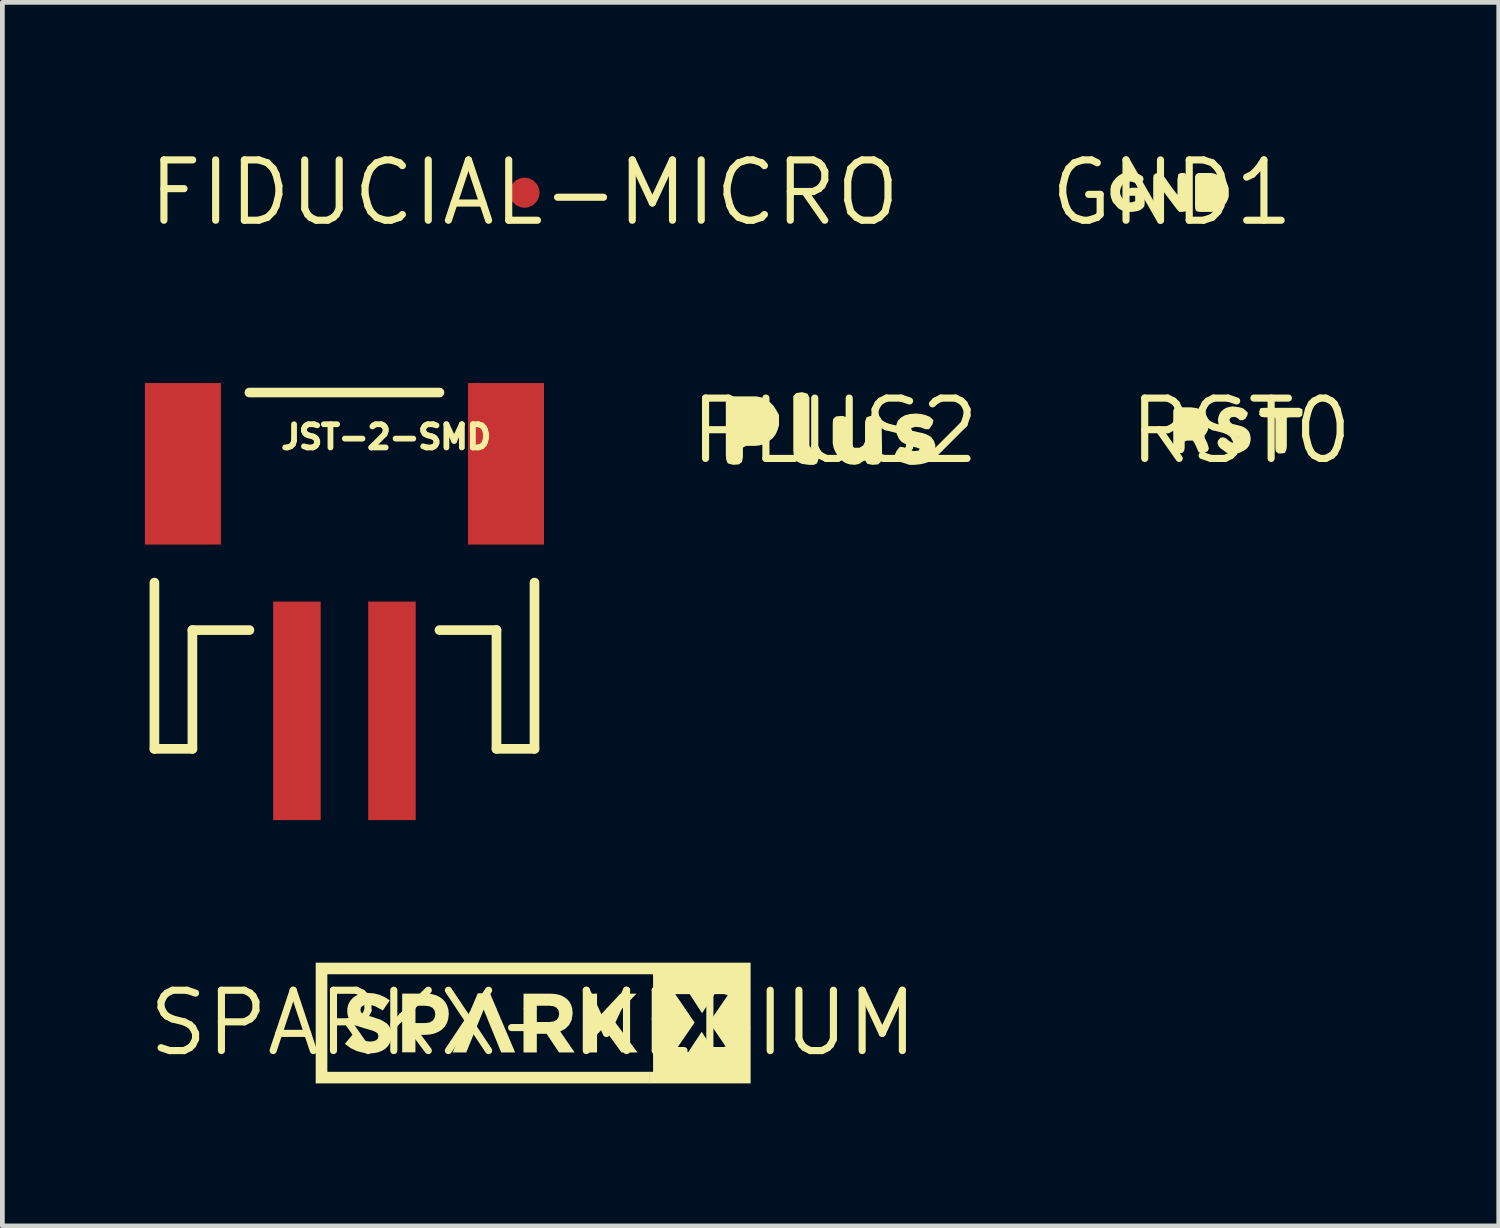
<source format=kicad_pcb>
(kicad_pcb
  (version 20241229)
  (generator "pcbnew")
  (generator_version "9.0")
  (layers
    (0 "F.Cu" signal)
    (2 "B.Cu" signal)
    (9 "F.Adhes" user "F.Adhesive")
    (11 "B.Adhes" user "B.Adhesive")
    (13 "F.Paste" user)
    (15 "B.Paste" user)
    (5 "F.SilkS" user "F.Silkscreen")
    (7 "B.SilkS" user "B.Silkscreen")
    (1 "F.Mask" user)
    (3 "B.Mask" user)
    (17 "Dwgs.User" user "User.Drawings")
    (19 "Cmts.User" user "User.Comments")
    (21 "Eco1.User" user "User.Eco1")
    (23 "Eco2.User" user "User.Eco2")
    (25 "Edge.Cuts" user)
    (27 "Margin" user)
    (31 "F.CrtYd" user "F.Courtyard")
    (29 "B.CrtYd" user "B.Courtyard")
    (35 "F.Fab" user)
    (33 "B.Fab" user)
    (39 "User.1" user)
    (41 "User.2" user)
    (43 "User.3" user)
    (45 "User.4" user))
  (footprint "SPARKX-MEDIUM"
    (layer "F.Cu")
    (at 8.172 18.483)
    (property "Reference" "SPARKX-MEDIUM" (at 0 0 0) (layer "F.SilkS") (effects (font (size 1.27 1.27) (thickness 0.15))))
    (fp_poly (pts (xy -3.164 -0.264) (xy -3.239 -0.306) (xy -3.136 -0.306)) (stroke (width 0) (type solid)) (fill yes) (layer "F.SilkS"))
    (fp_poly (pts (xy -0.768 -0.296) (xy -1.306 -0.296) (xy -1.165 -0.627) (xy -0.909 -0.627)) (stroke (width 0) (type solid)) (fill yes) (layer "F.SilkS"))
    (fp_poly (pts (xy 1.345 -0.296) (xy 1.065 -0.296) (xy 1.065 -0.618) (xy 1.345 -0.618)) (stroke (width 0) (type solid)) (fill yes) (layer "F.SilkS"))
    (fp_poly (pts (xy 1.865 -0.296) (xy 1.536 -0.296) (xy 1.835 -0.618) (xy 2.174 -0.618)) (stroke (width 0) (type solid)) (fill yes) (layer "F.SilkS"))
    (fp_poly (pts (xy -0.379 0.619) (xy -0.673 0.619) (xy -1.041 -0.284) (xy -1.408 0.619) (xy -1.695 0.619) (xy -1.301 -0.306) (xy -0.773 -0.306)) (stroke (width 0) (type solid)) (fill yes) (layer "F.SilkS"))
    (fp_poly (pts (xy 1.345 -0.09) (xy 1.545 -0.306) (xy 1.875 -0.306) (xy 1.67 -0.092) (xy 2.195 0.619) (xy 1.859 0.619) (xy 1.481 0.099) (xy 1.345 0.241) (xy 1.345 0.619) (xy 1.065 0.619) (xy 1.065 -0.306) (xy 1.345 -0.306)) (stroke (width 0) (type solid)) (fill yes) (layer "F.SilkS"))
    (fp_poly (pts (xy 2.973 0.609) (xy 3.267 0.609) (xy 3.547 0.184) (xy 3.825 0.609) (xy 4.13 0.609) (xy 3.796 0.118) (xy 4.577 0.118) (xy 4.577 1.271) (xy 2.442 1.271) (xy 2.442 1.026) (xy 2.524 1.026) (xy 2.524 0.118) (xy 3.31 0.118)) (stroke (width 0) (type solid)) (fill yes) (layer "F.SilkS"))
    (fp_poly (pts (xy -2.145 -0.611) (xy -2.052 -0.588) (xy -1.971 -0.55) (xy -1.903 -0.5) (xy -1.849 -0.438) (xy -1.809 -0.364) (xy -1.789 -0.296) (xy -2.1 -0.296) (xy -2.116 -0.318) (xy -2.184 -0.353) (xy -2.274 -0.364) (xy -2.477 -0.364) (xy -2.477 -0.296) (xy -2.757 -0.296) (xy -2.757 -0.619) (xy -2.251 -0.619)) (stroke (width 0) (type solid)) (fill yes) (layer "F.SilkS"))
    (fp_poly (pts (xy 0.467 -0.611) (xy 0.559 -0.591) (xy 0.639 -0.557) (xy 0.707 -0.509) (xy 0.762 -0.45) (xy 0.8 -0.379) (xy 0.824 -0.296) (xy 0.513 -0.296) (xy 0.493 -0.322) (xy 0.428 -0.354) (xy 0.34 -0.364) (xy 0.077 -0.364) (xy 0.077 -0.296) (xy -0.203 -0.296) (xy -0.203 -0.618) (xy 0.363 -0.618)) (stroke (width 0) (type solid)) (fill yes) (layer "F.SilkS"))
    (fp_poly (pts (xy 4.577 0.128) (xy 3.802 0.128) (xy 3.705 -0.014) (xy 4.112 -0.608) (xy 3.818 -0.608) (xy 3.555 -0.206) (xy 3.295 -0.608) (xy 2.991 -0.608) (xy 3.398 -0.01) (xy 3.303 0.128) (xy 2.524 0.128) (xy 2.524 -1.026) (xy -4.332 -1.026) (xy -4.332 1.026) (xy 2.452 1.026) (xy 2.452 1.271) (xy -4.577 1.271) (xy -4.577 -1.271) (xy 4.577 -1.271)) (stroke (width 0) (type solid)) (fill yes) (layer "F.SilkS"))
    (fp_poly (pts (xy -3.351 -0.624) (xy -3.232 -0.594) (xy -3.123 -0.545) (xy -3.019 -0.475) (xy -3.142 -0.296) (xy -3.221 -0.296) (xy -3.329 -0.355) (xy -3.406 -0.378) (xy -3.484 -0.386) (xy -3.551 -0.378) (xy -3.599 -0.356) (xy -3.627 -0.324) (xy -3.633 -0.296) (xy -3.91 -0.296) (xy -3.905 -0.341) (xy -3.882 -0.414) (xy -3.843 -0.477) (xy -3.793 -0.531) (xy -3.73 -0.575) (xy -3.656 -0.607) (xy -3.572 -0.627) (xy -3.481 -0.634)) (stroke (width 0) (type solid)) (fill yes) (layer "F.SilkS"))
    (fp_poly (pts (xy 0.077 -0.022) (xy 0.345 -0.022) (xy 0.433 -0.034) (xy 0.496 -0.069) (xy 0.534 -0.123) (xy 0.547 -0.192) (xy 0.547 -0.193) (xy 0.534 -0.269) (xy 0.505 -0.306) (xy 0.821 -0.306) (xy 0.823 -0.299) (xy 0.831 -0.208) (xy 0.831 -0.204) (xy 0.812 -0.067) (xy 0.757 0.041) (xy 0.672 0.123) (xy 0.57 0.177) (xy 0.872 0.619) (xy 0.544 0.619) (xy 0.282 0.226) (xy 0.077 0.226) (xy 0.077 0.619) (xy -0.203 0.619) (xy -0.203 -0.306) (xy 0.077 -0.306)) (stroke (width 0) (type solid)) (fill yes) (layer "F.SilkS"))
    (fp_poly (pts (xy -2.477 0.000487) (xy -2.268 0.000487) (xy -2.179 -0.012) (xy -2.114 -0.051) (xy -2.073 -0.11) (xy -2.06 -0.181) (xy -2.06 -0.183) (xy -2.074 -0.262) (xy -2.107 -0.306) (xy -1.792 -0.306) (xy -1.784 -0.281) (xy -1.776 -0.19) (xy -1.776 -0.164) (xy -1.779 -0.17) (xy -1.787 -0.086) (xy -1.816 0.002) (xy -1.862 0.077) (xy -1.923 0.139) (xy -1.997 0.187) (xy -2.082 0.222) (xy -2.177 0.242) (xy -2.278 0.249) (xy -2.478 0.249) (xy -2.478 0.617) (xy -2.757 0.617) (xy -2.757 -0.306) (xy -2.477 -0.306)) (stroke (width 0) (type solid)) (fill yes) (layer "F.SilkS"))
    (fp_poly (pts (xy -3.636 -0.284) (xy -3.636 -0.281) (xy -3.626 -0.231) (xy -3.586 -0.194) (xy -3.506 -0.161) (xy -3.375 -0.125) (xy -3.208 -0.069) (xy -3.085 0.004) (xy -3.04 0.052) (xy -3.007 0.107) (xy -2.988 0.171) (xy -2.981 0.247) (xy -2.981 0.254) (xy -2.99 0.341) (xy -3.015 0.418) (xy -3.055 0.484) (xy -3.109 0.539) (xy -3.175 0.581) (xy -3.252 0.613) (xy -3.339 0.632) (xy -3.435 0.639) (xy -3.575 0.626) (xy -3.712 0.59) (xy -3.842 0.528) (xy -3.963 0.438) (xy -3.797 0.239) (xy -3.709 0.303) (xy -3.622 0.35) (xy -3.53 0.38) (xy -3.43 0.39) (xy -3.356 0.382) (xy -3.302 0.36) (xy -3.269 0.325) (xy -3.258 0.278) (xy -3.258 0.276) (xy -3.267 0.231) (xy -3.302 0.195) (xy -3.377 0.161) (xy -3.502 0.125) (xy -3.671 0.073) (xy -3.801 0.003) (xy -3.848 -0.044) (xy -3.883 -0.101) (xy -3.906 -0.172) (xy -3.913 -0.256) (xy -3.913 -0.26) (xy -3.909 -0.306) (xy -3.631 -0.306)) (stroke (width 0) (type solid)) (fill yes) (layer "F.SilkS")))
  (footprint "JST-2-SMD"
    (layer "F.Cu")
    (at 4.2 8.212)
    (property "Reference" "JST-2-SMD" (at -1.397 -1.778 0) (layer "F.SilkS") (effects (font (size 0.488 0.488) (thickness 0.122)) (justify left bottom)))
    (fp_line (start -4 1) (end -4 4.5) (stroke (width 0.203) (type solid)) (layer "F.SilkS"))
    (fp_line (start -4 4.5) (end -3.2 4.5) (stroke (width 0.203) (type solid)) (layer "F.SilkS"))
    (fp_line (start -3.2 2) (end -2 2) (stroke (width 0.203) (type solid)) (layer "F.SilkS"))
    (fp_line (start -3.2 4.5) (end -3.2 2) (stroke (width 0.203) (type solid)) (layer "F.SilkS"))
    (fp_line (start 2 -3) (end -2 -3) (stroke (width 0.203) (type solid)) (layer "F.SilkS"))
    (fp_line (start 2 2) (end 3.2 2) (stroke (width 0.203) (type solid)) (layer "F.SilkS"))
    (fp_line (start 3.2 2) (end 3.2 4.5) (stroke (width 0.203) (type solid)) (layer "F.SilkS"))
    (fp_line (start 3.2 4.5) (end 4 4.5) (stroke (width 0.203) (type solid)) (layer "F.SilkS"))
    (fp_line (start 4 4.5) (end 4 1) (stroke (width 0.203) (type solid)) (layer "F.SilkS"))
    (pad "1" smd rect (at -1 3.7) (size 1 4.6) (layers "F.Cu" "F.Mask" "F.Paste"))
    (pad "2" smd rect (at 1 3.7) (size 1 4.6) (layers "F.Cu" "F.Mask" "F.Paste"))
    (pad "NC1" smd rect (at -3.4 -1.5 90) (size 3.4 1.6) (layers "F.Cu" "F.Mask" "F.Paste"))
    (pad "NC2" smd rect (at 3.4 -1.5 90) (size 3.4 1.6) (layers "F.Cu" "F.Mask" "F.Paste")))
  (footprint "PLUS2"
    (layer "F.Cu")
    (at 14.522 6.019)
    (property "Reference" "PLUS2" (at 0 0 0) (layer "F.SilkS") (effects (font (size 1.27 1.27) (thickness 0.15))))
    (fp_poly (pts (xy -0.577 -0.784) (xy -0.535 -0.701) (xy -0.535 0.318) (xy -0.487 0.375) (xy -0.387 0.396) (xy -0.345 0.469) (xy -0.345 0.601) (xy -0.376 0.684) (xy -0.439 0.715) (xy -0.55 0.715) (xy -0.691 0.695) (xy -0.783 0.654) (xy -0.834 0.582) (xy -0.865 0.511) (xy -0.875 0.4) (xy -0.875 -0.732) (xy -0.812 -0.795) (xy -0.69 -0.815)) (stroke (width 0) (type solid)) (fill yes) (layer "F.SilkS"))
    (fp_poly (pts (xy -1.548 -0.705) (xy -1.458 -0.664) (xy -1.367 -0.604) (xy -1.296 -0.533) (xy -1.236 -0.443) (xy -1.186 -0.352) (xy -1.175 -0.331) (xy -1.175 -0.119) (xy -1.205 -0.018) (xy -1.246 0.073) (xy -1.306 0.154) (xy -1.387 0.214) (xy -1.473 0.272) (xy -1.473 0.273) (xy -1.478 0.275) (xy -1.482 0.277) (xy -1.483 0.276) (xy -1.579 0.305) (xy -1.67 0.315) (xy -1.869 0.315) (xy -1.935 0.353) (xy -1.935 0.55) (xy -1.955 0.653) (xy -2.018 0.705) (xy -2.14 0.715) (xy -2.254 0.684) (xy -2.285 0.611) (xy -2.295 0.51) (xy -2.295 -0.611) (xy -2.254 -0.694) (xy -2.161 -0.725) (xy -1.65 -0.725)) (stroke (width 0) (type solid)) (fill yes) (layer "F.SilkS"))
    (fp_poly (pts (xy 0.264 -0.284) (xy 0.295 -0.211) (xy 0.295 -0.1) (xy 0.305 0.209) (xy 0.334 0.307) (xy 0.411 0.355) (xy 0.519 0.355) (xy 0.596 0.307) (xy 0.635 0.229) (xy 0.635 -0.191) (xy 0.666 -0.284) (xy 0.749 -0.315) (xy 0.891 -0.315) (xy 0.964 -0.273) (xy 0.985 -0.181) (xy 0.995 0.54) (xy 0.975 0.642) (xy 0.912 0.705) (xy 0.79 0.715) (xy 0.687 0.695) (xy 0.638 0.626) (xy 0.602 0.635) (xy 0.512 0.695) (xy 0.42 0.715) (xy 0.309 0.705) (xy 0.218 0.674) (xy 0.137 0.614) (xy 0.066 0.533) (xy 0.016 0.452) (xy -0.025 0.362) (xy -0.045 0.26) (xy -0.045 -0.16) (xy -0.035 -0.253) (xy 0.028 -0.305) (xy 0.161 -0.315)) (stroke (width 0) (type solid)) (fill yes) (layer "F.SilkS"))
    (fp_poly (pts (xy 1.811 -0.355) (xy 1.901 -0.335) (xy 2.003 -0.294) (xy 2.076 -0.222) (xy 2.055 -0.138) (xy 1.983 -0.035) (xy 1.909 -0.035) (xy 1.799 -0.075) (xy 1.691 -0.085) (xy 1.606 -0.057) (xy 1.624 -0.004) (xy 1.741 0.025) (xy 1.841 0.045) (xy 1.932 0.075) (xy 2.023 0.126) (xy 2.084 0.208) (xy 2.115 0.299) (xy 2.115 0.41) (xy 2.095 0.512) (xy 2.044 0.593) (xy 1.973 0.654) (xy 1.881 0.685) (xy 1.781 0.705) (xy 1.67 0.715) (xy 1.569 0.715) (xy 1.479 0.685) (xy 1.378 0.655) (xy 1.286 0.603) (xy 1.255 0.52) (xy 1.296 0.427) (xy 1.368 0.335) (xy 1.451 0.345) (xy 1.562 0.395) (xy 1.651 0.425) (xy 1.767 0.415) (xy 1.783 0.373) (xy 1.699 0.345) (xy 1.589 0.325) (xy 1.498 0.284) (xy 1.407 0.234) (xy 1.346 0.163) (xy 1.305 0.072) (xy 1.285 -0.03) (xy 1.295 -0.131) (xy 1.326 -0.213) (xy 1.387 -0.274) (xy 1.468 -0.325) (xy 1.579 -0.355) (xy 1.71 -0.365)) (stroke (width 0) (type solid)) (fill yes) (layer "F.SilkS")))
  (footprint "GND1"
    (layer "F.Cu")
    (at 21.618 1.006)
    (property "Reference" "GND1" (at 0 0 0) (layer "F.SilkS") (effects (font (size 1.27 1.27) (thickness 0.15))))
    (fp_poly (pts (xy -0.217 -0.394) (xy -0.176 -0.353) (xy -0.006 -0.113) (xy 0.115 0.045) (xy 0.115 -0.28) (xy 0.125 -0.341) (xy 0.136 -0.394) (xy 0.189 -0.415) (xy 0.262 -0.415) (xy 0.304 -0.383) (xy 0.325 -0.331) (xy 0.325 0.3) (xy 0.315 0.362) (xy 0.282 0.395) (xy 0.21 0.405) (xy 0.158 0.405) (xy 0.106 0.353) (xy -0.195 -0.045) (xy -0.195 0.341) (xy -0.216 0.384) (xy -0.269 0.405) (xy -0.342 0.405) (xy -0.385 0.373) (xy -0.395 0.32) (xy -0.395 -0.32) (xy -0.385 -0.373) (xy -0.342 -0.405) (xy -0.28 -0.415)) (stroke (width 0) (type solid)) (fill yes) (layer "F.SilkS"))
    (fp_poly (pts (xy 0.881 -0.405) (xy 0.932 -0.385) (xy 0.982 -0.364) (xy 1.033 -0.334) (xy 1.083 -0.294) (xy 1.124 -0.253) (xy 1.154 -0.202) (xy 1.175 -0.152) (xy 1.195 -0.091) (xy 1.195 0.081) (xy 1.175 0.142) (xy 1.154 0.192) (xy 1.124 0.233) (xy 1.084 0.283) (xy 1.043 0.324) (xy 0.993 0.354) (xy 0.946 0.382) (xy 0.947 0.384) (xy 0.942 0.385) (xy 0.938 0.387) (xy 0.937 0.386) (xy 0.881 0.395) (xy 0.83 0.405) (xy 0.6 0.405) (xy 0.528 0.395) (xy 0.495 0.362) (xy 0.485 0.3) (xy 0.485 -0.341) (xy 0.506 -0.383) (xy 0.548 -0.415) (xy 0.82 -0.415)) (stroke (width 0) (type solid)) (fill yes) (layer "F.SilkS"))
    (fp_poly (pts (xy -0.779 -0.425) (xy -0.728 -0.405) (xy -0.668 -0.374) (xy -0.616 -0.343) (xy -0.595 -0.29) (xy -0.616 -0.237) (xy -0.667 -0.185) (xy -0.71 -0.175) (xy -0.821 -0.225) (xy -0.88 -0.235) (xy -0.939 -0.225) (xy -0.988 -0.206) (xy -1.036 -0.176) (xy -1.066 -0.128) (xy -1.085 -0.079) (xy -1.095 -0.02) (xy -1.085 0.039) (xy -1.066 0.087) (xy -1.026 0.137) (xy -0.987 0.176) (xy -0.939 0.195) (xy -0.88 0.205) (xy -0.821 0.195) (xy -0.775 0.177) (xy -0.775 0.065) (xy -0.892 0.065) (xy -0.935 0.033) (xy -0.935 -0.031) (xy -0.914 -0.084) (xy -0.851 -0.105) (xy -0.68 -0.105) (xy -0.618 -0.095) (xy -0.585 -0.062) (xy -0.575 -0.000414) (xy -0.575 0.23) (xy -0.585 0.292) (xy -0.627 0.334) (xy -0.668 0.364) (xy -0.719 0.385) (xy -0.779 0.395) (xy -0.84 0.405) (xy -0.961 0.405) (xy -1.022 0.385) (xy -1.072 0.364) (xy -1.123 0.334) (xy -1.164 0.293) (xy -1.204 0.243) (xy -1.244 0.203) (xy -1.265 0.152) (xy -1.285 0.091) (xy -1.295 0.04) (xy -1.295 -0.08) (xy -1.285 -0.141) (xy -1.264 -0.192) (xy -1.234 -0.243) (xy -1.194 -0.293) (xy -1.153 -0.334) (xy -1.113 -0.364) (xy -1.062 -0.395) (xy -1.002 -0.415) (xy -0.951 -0.435) (xy -0.83 -0.435)) (stroke (width 0) (type solid)) (fill yes) (layer "F.SilkS")))
  (footprint "FIDUCIAL-MICRO"
    (layer "F.Cu")
    (at 7.99 1.006)
    (property "Reference" "FIDUCIAL-MICRO" (at 0 0 0) (layer "F.SilkS") (effects (font (size 1.27 1.27) (thickness 0.15))))
    (pad "1" smd roundrect (at 0 0) (size 0.635 0.635) (layers "F.Cu" "F.Mask") (roundrect_rratio 0.5)))
  (footprint "RST0"
    (layer "F.Cu")
    (at 23.07 6.019)
    (property "Reference" "RST0" (at 0 0 0) (layer "F.SilkS") (effects (font (size 1.27 1.27) (thickness 0.15))))
    (fp_poly (pts (xy 1.295 -0.453) (xy 1.295 -0.38) (xy 1.285 -0.317) (xy 1.231 -0.285) (xy 1.02 -0.285) (xy 0.965 -0.276) (xy 0.965 0.33) (xy 0.955 0.402) (xy 0.923 0.465) (xy 0.86 0.475) (xy 0.788 0.475) (xy 0.735 0.433) (xy 0.725 0.37) (xy 0.725 -0.249) (xy 0.707 -0.285) (xy 0.5 -0.285) (xy 0.428 -0.295) (xy 0.385 -0.338) (xy 0.385 -0.411) (xy 0.406 -0.475) (xy 0.48 -0.485) (xy 1.231 -0.485)) (stroke (width 0) (type solid)) (fill yes) (layer "F.SilkS"))
    (fp_poly (pts (xy -0.979 -0.485) (xy -0.918 -0.475) (xy -0.857 -0.444) (xy -0.792 -0.401) (xy -0.798 -0.395) (xy -0.746 -0.353) (xy -0.685 -0.232) (xy -0.675 -0.16) (xy -0.685 -0.089) (xy -0.695 -0.018) (xy -0.726 0.043) (xy -0.765 0.092) (xy -0.765 0.139) (xy -0.705 0.268) (xy -0.695 0.299) (xy -0.675 0.37) (xy -0.696 0.423) (xy -0.768 0.465) (xy -0.841 0.475) (xy -0.894 0.443) (xy -0.964 0.282) (xy -1.013 0.205) (xy -1.139 0.205) (xy -1.185 0.223) (xy -1.185 0.36) (xy -1.195 0.422) (xy -1.238 0.465) (xy -1.33 0.475) (xy -1.404 0.454) (xy -1.425 0.401) (xy -1.425 -0.421) (xy -1.404 -0.474) (xy -1.331 -0.495) (xy -1.05 -0.495)) (stroke (width 0) (type solid)) (fill yes) (layer "F.SilkS"))
    (fp_poly (pts (xy -0.099 -0.505) (xy -0.029 -0.495) (xy 0.042 -0.475) (xy 0.093 -0.434) (xy 0.145 -0.382) (xy 0.135 -0.328) (xy 0.094 -0.256) (xy 0.041 -0.225) (xy -0.022 -0.225) (xy -0.082 -0.276) (xy -0.14 -0.295) (xy -0.207 -0.285) (xy -0.244 -0.239) (xy -0.226 -0.183) (xy -0.178 -0.145) (xy -0.049 -0.115) (xy 0.022 -0.095) (xy 0.083 -0.064) (xy 0.134 -0.024) (xy 0.174 0.028) (xy 0.195 0.089) (xy 0.205 0.17) (xy 0.195 0.241) (xy 0.175 0.302) (xy 0.134 0.363) (xy 0.083 0.404) (xy -0.038 0.465) (xy -0.1 0.475) (xy -0.241 0.475) (xy -0.312 0.455) (xy -0.363 0.414) (xy -0.423 0.374) (xy -0.464 0.333) (xy -0.495 0.261) (xy -0.485 0.208) (xy -0.433 0.145) (xy -0.369 0.135) (xy -0.317 0.156) (xy -0.257 0.206) (xy -0.198 0.245) (xy -0.131 0.255) (xy -0.064 0.226) (xy -0.045 0.179) (xy -0.055 0.123) (xy -0.112 0.095) (xy -0.181 0.085) (xy -0.242 0.065) (xy -0.312 0.035) (xy -0.373 0.004) (xy -0.424 -0.037) (xy -0.455 -0.088) (xy -0.475 -0.159) (xy -0.485 -0.23) (xy -0.475 -0.291) (xy -0.455 -0.352) (xy -0.414 -0.413) (xy -0.363 -0.454) (xy -0.312 -0.485) (xy -0.241 -0.505) (xy -0.17 -0.515)) (stroke (width 0) (type solid)) (fill yes) (layer "F.SilkS")))
  (gr_rect
    (start -3 -3)
    (end 28.496 22.753)
    (stroke (width 0.1) (type default))
    (fill no)
    (layer "Edge.Cuts")))
</source>
